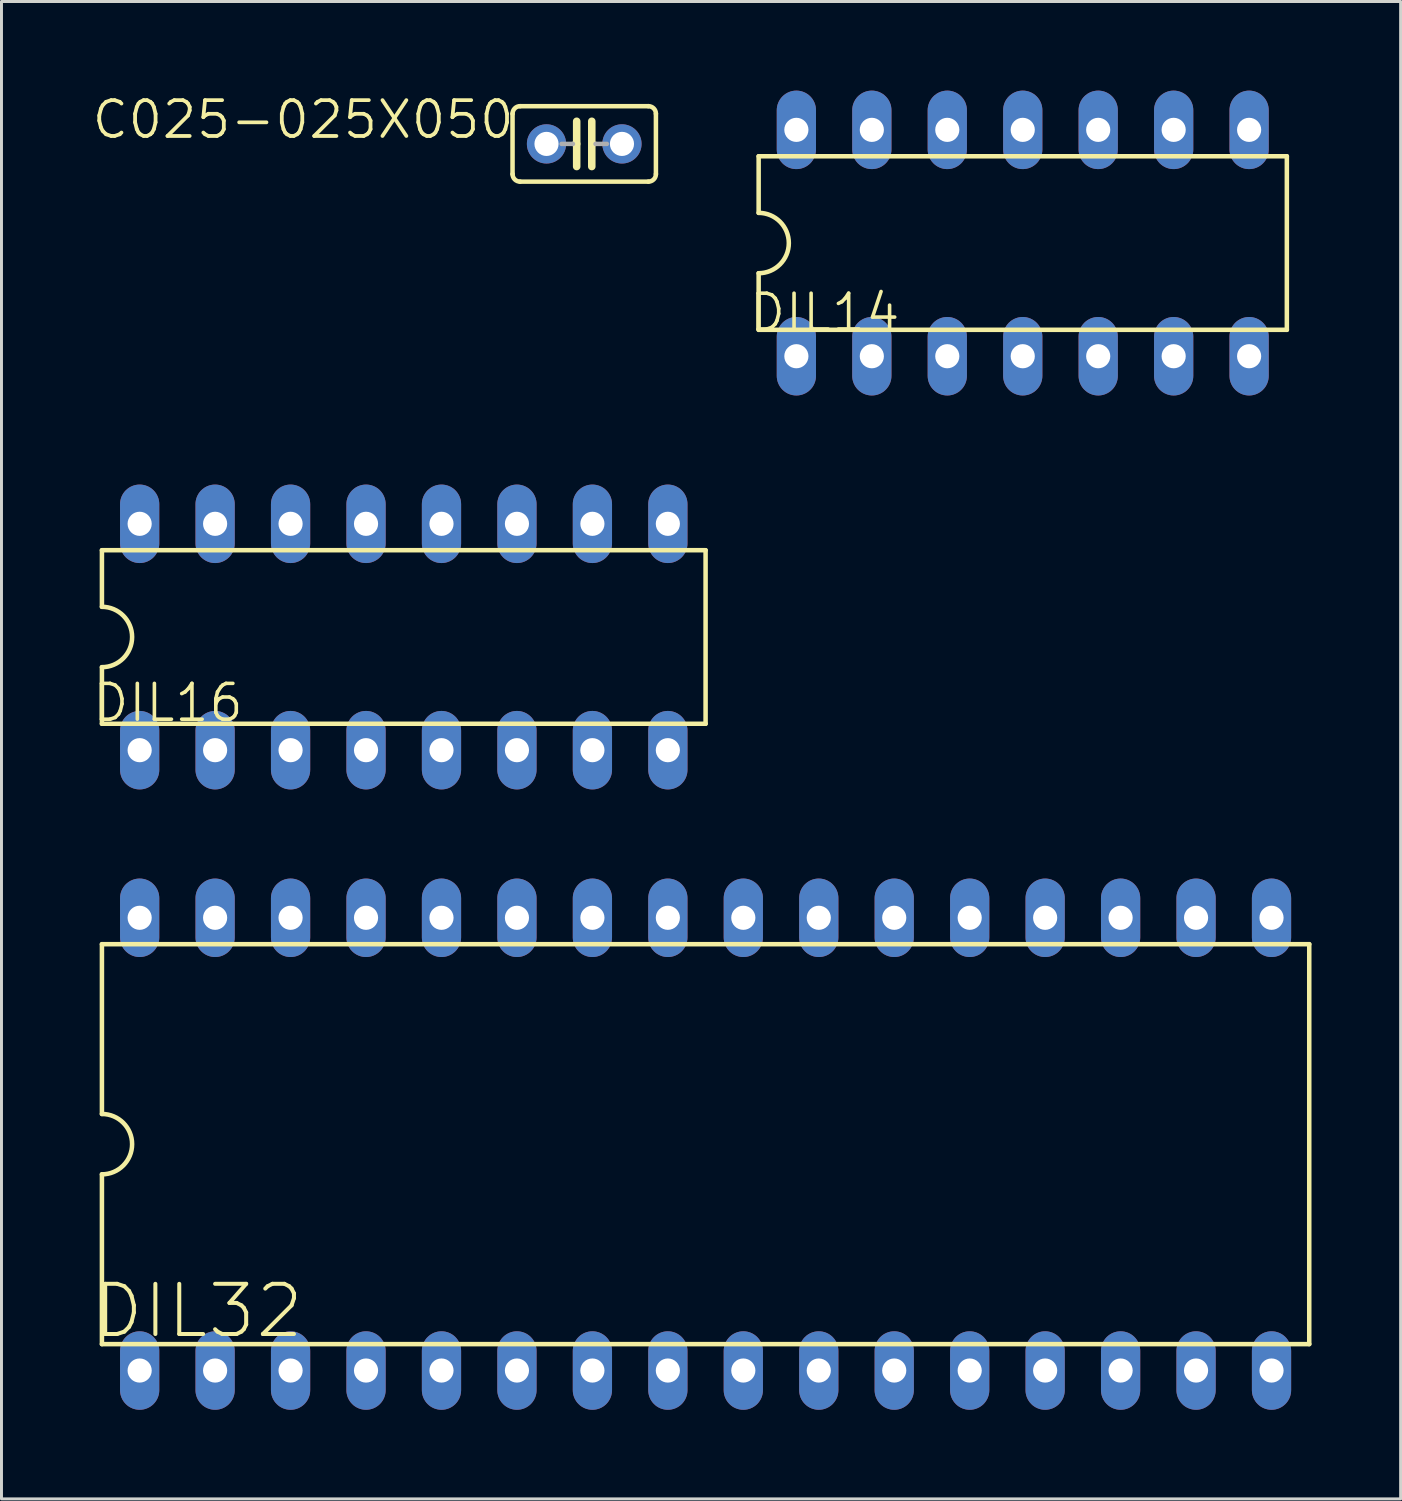
<source format=kicad_pcb>
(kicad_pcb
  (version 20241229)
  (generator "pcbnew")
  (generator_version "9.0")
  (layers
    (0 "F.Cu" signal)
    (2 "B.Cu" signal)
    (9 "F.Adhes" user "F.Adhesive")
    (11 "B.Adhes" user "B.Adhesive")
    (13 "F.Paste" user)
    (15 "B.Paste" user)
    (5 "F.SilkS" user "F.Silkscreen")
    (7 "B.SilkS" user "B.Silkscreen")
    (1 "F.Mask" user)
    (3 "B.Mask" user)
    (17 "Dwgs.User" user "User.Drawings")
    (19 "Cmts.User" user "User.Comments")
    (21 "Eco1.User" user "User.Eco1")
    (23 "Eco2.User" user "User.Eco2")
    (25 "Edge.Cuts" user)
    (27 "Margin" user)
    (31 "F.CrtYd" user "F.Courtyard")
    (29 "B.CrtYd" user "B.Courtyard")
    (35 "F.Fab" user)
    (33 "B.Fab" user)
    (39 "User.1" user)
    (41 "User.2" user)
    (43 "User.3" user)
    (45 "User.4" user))
  (footprint "DIL32"
    (layer "F.Cu")
    (at 20.701 35.464)
    (property "Reference" "DIL32" (at -20.701 6.604 0) (layer "F.SilkS") (effects (font (size 1.689 1.689) (thickness 0.135)) (justify left bottom)))
    (attr through_hole)
    (fp_line (start -20.32 -6.731) (end -20.32 -1.016) (stroke (width 0.152) (type solid)) (layer "F.SilkS"))
    (fp_line (start -20.32 6.731) (end -20.32 1.016) (stroke (width 0.152) (type solid)) (layer "F.SilkS"))
    (fp_line (start -20.32 6.731) (end 20.32 6.731) (stroke (width 0.152) (type solid)) (layer "F.SilkS"))
    (fp_line (start 20.32 -6.731) (end -20.32 -6.731) (stroke (width 0.152) (type solid)) (layer "F.SilkS"))
    (fp_line (start 20.32 -6.731) (end 20.32 6.731) (stroke (width 0.152) (type solid)) (layer "F.SilkS"))
    (fp_arc (start -20.32 -1.016) (mid -19.304 0) (end -20.32 1.016) (stroke (width 0.1524) (type solid)) (layer "F.SilkS"))
    (pad "1" thru_hole oval (at -19.05 7.62 90) (size 2.642 1.321) (drill 0.813) (layers "*.Cu" "*.Mask"))
    (pad "2" thru_hole oval (at -16.51 7.62 90) (size 2.642 1.321) (drill 0.813) (layers "*.Cu" "*.Mask"))
    (pad "3" thru_hole oval (at -13.97 7.62 90) (size 2.642 1.321) (drill 0.813) (layers "*.Cu" "*.Mask"))
    (pad "4" thru_hole oval (at -11.43 7.62 90) (size 2.642 1.321) (drill 0.813) (layers "*.Cu" "*.Mask"))
    (pad "5" thru_hole oval (at -8.89 7.62 90) (size 2.642 1.321) (drill 0.813) (layers "*.Cu" "*.Mask"))
    (pad "6" thru_hole oval (at -6.35 7.62 90) (size 2.642 1.321) (drill 0.813) (layers "*.Cu" "*.Mask"))
    (pad "7" thru_hole oval (at -3.81 7.62 90) (size 2.642 1.321) (drill 0.813) (layers "*.Cu" "*.Mask"))
    (pad "8" thru_hole oval (at -1.27 7.62 90) (size 2.642 1.321) (drill 0.813) (layers "*.Cu" "*.Mask"))
    (pad "9" thru_hole oval (at 1.27 7.62 90) (size 2.642 1.321) (drill 0.813) (layers "*.Cu" "*.Mask"))
    (pad "10" thru_hole oval (at 3.81 7.62 90) (size 2.642 1.321) (drill 0.813) (layers "*.Cu" "*.Mask"))
    (pad "11" thru_hole oval (at 6.35 7.62 90) (size 2.642 1.321) (drill 0.813) (layers "*.Cu" "*.Mask"))
    (pad "12" thru_hole oval (at 8.89 7.62 90) (size 2.642 1.321) (drill 0.813) (layers "*.Cu" "*.Mask"))
    (pad "13" thru_hole oval (at 11.43 7.62 90) (size 2.642 1.321) (drill 0.813) (layers "*.Cu" "*.Mask"))
    (pad "14" thru_hole oval (at 13.97 7.62 90) (size 2.642 1.321) (drill 0.813) (layers "*.Cu" "*.Mask"))
    (pad "15" thru_hole oval (at 16.51 7.62 90) (size 2.642 1.321) (drill 0.813) (layers "*.Cu" "*.Mask"))
    (pad "16" thru_hole oval (at 19.05 7.62 90) (size 2.642 1.321) (drill 0.813) (layers "*.Cu" "*.Mask"))
    (pad "17" thru_hole oval (at 19.05 -7.62 90) (size 2.642 1.321) (drill 0.813) (layers "*.Cu" "*.Mask"))
    (pad "18" thru_hole oval (at 16.51 -7.62 90) (size 2.642 1.321) (drill 0.813) (layers "*.Cu" "*.Mask"))
    (pad "19" thru_hole oval (at 13.97 -7.62 90) (size 2.642 1.321) (drill 0.813) (layers "*.Cu" "*.Mask"))
    (pad "20" thru_hole oval (at 11.43 -7.62 90) (size 2.642 1.321) (drill 0.813) (layers "*.Cu" "*.Mask"))
    (pad "21" thru_hole oval (at 8.89 -7.62 90) (size 2.642 1.321) (drill 0.813) (layers "*.Cu" "*.Mask"))
    (pad "22" thru_hole oval (at 6.35 -7.62 90) (size 2.642 1.321) (drill 0.813) (layers "*.Cu" "*.Mask"))
    (pad "23" thru_hole oval (at 3.81 -7.62 90) (size 2.642 1.321) (drill 0.813) (layers "*.Cu" "*.Mask"))
    (pad "24" thru_hole oval (at 1.27 -7.62 90) (size 2.642 1.321) (drill 0.813) (layers "*.Cu" "*.Mask"))
    (pad "25" thru_hole oval (at -1.27 -7.62 90) (size 2.642 1.321) (drill 0.813) (layers "*.Cu" "*.Mask"))
    (pad "26" thru_hole oval (at -3.81 -7.62 90) (size 2.642 1.321) (drill 0.813) (layers "*.Cu" "*.Mask"))
    (pad "27" thru_hole oval (at -6.35 -7.62 90) (size 2.642 1.321) (drill 0.813) (layers "*.Cu" "*.Mask"))
    (pad "28" thru_hole oval (at -8.89 -7.62 90) (size 2.642 1.321) (drill 0.813) (layers "*.Cu" "*.Mask"))
    (pad "29" thru_hole oval (at -11.43 -7.62 90) (size 2.642 1.321) (drill 0.813) (layers "*.Cu" "*.Mask"))
    (pad "30" thru_hole oval (at -13.97 -7.62 90) (size 2.642 1.321) (drill 0.813) (layers "*.Cu" "*.Mask"))
    (pad "31" thru_hole oval (at -16.51 -7.62 90) (size 2.642 1.321) (drill 0.813) (layers "*.Cu" "*.Mask"))
    (pad "32" thru_hole oval (at -19.05 -7.62 90) (size 2.642 1.321) (drill 0.813) (layers "*.Cu" "*.Mask")))
  (footprint "DIL14"
    (layer "F.Cu")
    (at 31.377 5.131)
    (property "Reference" "DIL14" (at -9.271 3.048 0) (layer "F.SilkS") (effects (font (size 1.206 1.206) (thickness 0.121)) (justify left bottom)))
    (attr through_hole)
    (fp_line (start -8.89 -2.921) (end -8.89 -1.016) (stroke (width 0.152) (type solid)) (layer "F.SilkS"))
    (fp_line (start -8.89 2.921) (end -8.89 1.016) (stroke (width 0.152) (type solid)) (layer "F.SilkS"))
    (fp_line (start -8.89 2.921) (end 8.89 2.921) (stroke (width 0.152) (type solid)) (layer "F.SilkS"))
    (fp_line (start 8.89 -2.921) (end -8.89 -2.921) (stroke (width 0.152) (type solid)) (layer "F.SilkS"))
    (fp_line (start 8.89 -2.921) (end 8.89 2.921) (stroke (width 0.152) (type solid)) (layer "F.SilkS"))
    (fp_arc (start -8.89 -1.016) (mid -7.874 0) (end -8.89 1.016) (stroke (width 0.1524) (type solid)) (layer "F.SilkS"))
    (pad "1" thru_hole oval (at -7.62 3.81 90) (size 2.642 1.321) (drill 0.813) (layers "*.Cu" "*.Mask"))
    (pad "2" thru_hole oval (at -5.08 3.81 90) (size 2.642 1.321) (drill 0.813) (layers "*.Cu" "*.Mask"))
    (pad "3" thru_hole oval (at -2.54 3.81 90) (size 2.642 1.321) (drill 0.813) (layers "*.Cu" "*.Mask"))
    (pad "4" thru_hole oval (at 0 3.81 90) (size 2.642 1.321) (drill 0.813) (layers "*.Cu" "*.Mask"))
    (pad "5" thru_hole oval (at 2.54 3.81 90) (size 2.642 1.321) (drill 0.813) (layers "*.Cu" "*.Mask"))
    (pad "6" thru_hole oval (at 5.08 3.81 90) (size 2.642 1.321) (drill 0.813) (layers "*.Cu" "*.Mask"))
    (pad "7" thru_hole oval (at 7.62 3.81 90) (size 2.642 1.321) (drill 0.813) (layers "*.Cu" "*.Mask"))
    (pad "8" thru_hole oval (at 7.62 -3.81 90) (size 2.642 1.321) (drill 0.813) (layers "*.Cu" "*.Mask"))
    (pad "9" thru_hole oval (at 5.08 -3.81 90) (size 2.642 1.321) (drill 0.813) (layers "*.Cu" "*.Mask"))
    (pad "10" thru_hole oval (at 2.54 -3.81 90) (size 2.642 1.321) (drill 0.813) (layers "*.Cu" "*.Mask"))
    (pad "11" thru_hole oval (at 0 -3.81 90) (size 2.642 1.321) (drill 0.813) (layers "*.Cu" "*.Mask"))
    (pad "12" thru_hole oval (at -2.54 -3.81 90) (size 2.642 1.321) (drill 0.813) (layers "*.Cu" "*.Mask"))
    (pad "13" thru_hole oval (at -5.08 -3.81 90) (size 2.642 1.321) (drill 0.813) (layers "*.Cu" "*.Mask"))
    (pad "14" thru_hole oval (at -7.62 -3.81 90) (size 2.642 1.321) (drill 0.813) (layers "*.Cu" "*.Mask")))
  (footprint "C025-025X050"
    (layer "F.Cu")
    (at 16.616 1.794)
    (property "Reference" "C025-025X050" (at -2.286 -1.524 0) (layer "F.SilkS") (effects (font (size 1.206 1.206) (thickness 0.127)) (justify right top)))
    (attr through_hole)
    (fp_line (start -2.413 -1.016) (end -2.413 1.016) (stroke (width 0.152) (type solid)) (layer "F.SilkS"))
    (fp_line (start -2.159 -1.27) (end 2.159 -1.27) (stroke (width 0.152) (type solid)) (layer "F.SilkS"))
    (fp_line (start -0.254 -0.762) (end -0.254 0) (stroke (width 0.254) (type solid)) (layer "F.SilkS"))
    (fp_line (start -0.254 0) (end -0.381 0) (stroke (width 0.152) (type solid)) (layer "F.SilkS"))
    (fp_line (start -0.254 0) (end -0.254 0.762) (stroke (width 0.254) (type solid)) (layer "F.SilkS"))
    (fp_line (start 0.254 0) (end 0.254 -0.762) (stroke (width 0.254) (type solid)) (layer "F.SilkS"))
    (fp_line (start 0.254 0) (end 0.254 0.762) (stroke (width 0.254) (type solid)) (layer "F.SilkS"))
    (fp_line (start 0.381 0) (end 0.254 0) (stroke (width 0.152) (type solid)) (layer "F.SilkS"))
    (fp_line (start 2.159 1.27) (end -2.159 1.27) (stroke (width 0.152) (type solid)) (layer "F.SilkS"))
    (fp_line (start 2.413 -1.016) (end 2.413 1.016) (stroke (width 0.152) (type solid)) (layer "F.SilkS"))
    (fp_arc (start -2.413 -1.016) (mid -2.338605 -1.195605) (end -2.159 -1.27) (stroke (width 0.1524) (type solid)) (layer "F.SilkS"))
    (fp_arc (start -2.159 1.27) (mid -2.338605 1.195605) (end -2.413 1.016) (stroke (width 0.1524) (type solid)) (layer "F.SilkS"))
    (fp_arc (start 2.159 -1.27) (mid 2.338605 -1.195605) (end 2.413 -1.016) (stroke (width 0.1524) (type solid)) (layer "F.SilkS"))
    (fp_arc (start 2.413 1.016) (mid 2.338605 1.195605) (end 2.159 1.27) (stroke (width 0.1524) (type solid)) (layer "F.SilkS"))
    (fp_line (start -0.381 0) (end -0.762 0) (stroke (width 0.152) (type solid)) (layer "F.Fab"))
    (fp_line (start 0.762 0) (end 0.381 0) (stroke (width 0.152) (type solid)) (layer "F.Fab"))
    (pad "1" thru_hole circle (at -1.27 0) (size 1.321 1.321) (drill 0.813) (layers "*.Cu" "*.Mask"))
    (pad "2" thru_hole circle (at 1.27 0) (size 1.321 1.321) (drill 0.813) (layers "*.Cu" "*.Mask")))
  (footprint "DIL16"
    (layer "F.Cu")
    (at 10.541 18.392)
    (property "Reference" "DIL16" (at -10.541 2.921 0) (layer "F.SilkS") (effects (font (size 1.206 1.206) (thickness 0.121)) (justify left bottom)))
    (attr through_hole)
    (fp_line (start -10.16 -2.921) (end -10.16 -1.016) (stroke (width 0.152) (type solid)) (layer "F.SilkS"))
    (fp_line (start -10.16 2.921) (end -10.16 1.016) (stroke (width 0.152) (type solid)) (layer "F.SilkS"))
    (fp_line (start -10.16 2.921) (end 10.16 2.921) (stroke (width 0.152) (type solid)) (layer "F.SilkS"))
    (fp_line (start 10.16 -2.921) (end -10.16 -2.921) (stroke (width 0.152) (type solid)) (layer "F.SilkS"))
    (fp_line (start 10.16 -2.921) (end 10.16 2.921) (stroke (width 0.152) (type solid)) (layer "F.SilkS"))
    (fp_arc (start -10.16 -1.016) (mid -9.144 0) (end -10.16 1.016) (stroke (width 0.1524) (type solid)) (layer "F.SilkS"))
    (pad "1" thru_hole oval (at -8.89 3.81 90) (size 2.642 1.321) (drill 0.813) (layers "*.Cu" "*.Mask"))
    (pad "2" thru_hole oval (at -6.35 3.81 90) (size 2.642 1.321) (drill 0.813) (layers "*.Cu" "*.Mask"))
    (pad "3" thru_hole oval (at -3.81 3.81 90) (size 2.642 1.321) (drill 0.813) (layers "*.Cu" "*.Mask"))
    (pad "4" thru_hole oval (at -1.27 3.81 90) (size 2.642 1.321) (drill 0.813) (layers "*.Cu" "*.Mask"))
    (pad "5" thru_hole oval (at 1.27 3.81 90) (size 2.642 1.321) (drill 0.813) (layers "*.Cu" "*.Mask"))
    (pad "6" thru_hole oval (at 3.81 3.81 90) (size 2.642 1.321) (drill 0.813) (layers "*.Cu" "*.Mask"))
    (pad "7" thru_hole oval (at 6.35 3.81 90) (size 2.642 1.321) (drill 0.813) (layers "*.Cu" "*.Mask"))
    (pad "8" thru_hole oval (at 8.89 3.81 90) (size 2.642 1.321) (drill 0.813) (layers "*.Cu" "*.Mask"))
    (pad "9" thru_hole oval (at 8.89 -3.81 90) (size 2.642 1.321) (drill 0.813) (layers "*.Cu" "*.Mask"))
    (pad "10" thru_hole oval (at 6.35 -3.81 90) (size 2.642 1.321) (drill 0.813) (layers "*.Cu" "*.Mask"))
    (pad "11" thru_hole oval (at 3.81 -3.81 90) (size 2.642 1.321) (drill 0.813) (layers "*.Cu" "*.Mask"))
    (pad "12" thru_hole oval (at 1.27 -3.81 90) (size 2.642 1.321) (drill 0.813) (layers "*.Cu" "*.Mask"))
    (pad "13" thru_hole oval (at -1.27 -3.81 90) (size 2.642 1.321) (drill 0.813) (layers "*.Cu" "*.Mask"))
    (pad "14" thru_hole oval (at -3.81 -3.81 90) (size 2.642 1.321) (drill 0.813) (layers "*.Cu" "*.Mask"))
    (pad "15" thru_hole oval (at -6.35 -3.81 90) (size 2.642 1.321) (drill 0.813) (layers "*.Cu" "*.Mask"))
    (pad "16" thru_hole oval (at -8.89 -3.81 90) (size 2.642 1.321) (drill 0.813) (layers "*.Cu" "*.Mask")))
  (gr_rect
    (start -3 -3)
    (end 44.097 47.405)
    (stroke (width 0.1) (type default))
    (fill no)
    (layer "Edge.Cuts")))
</source>
